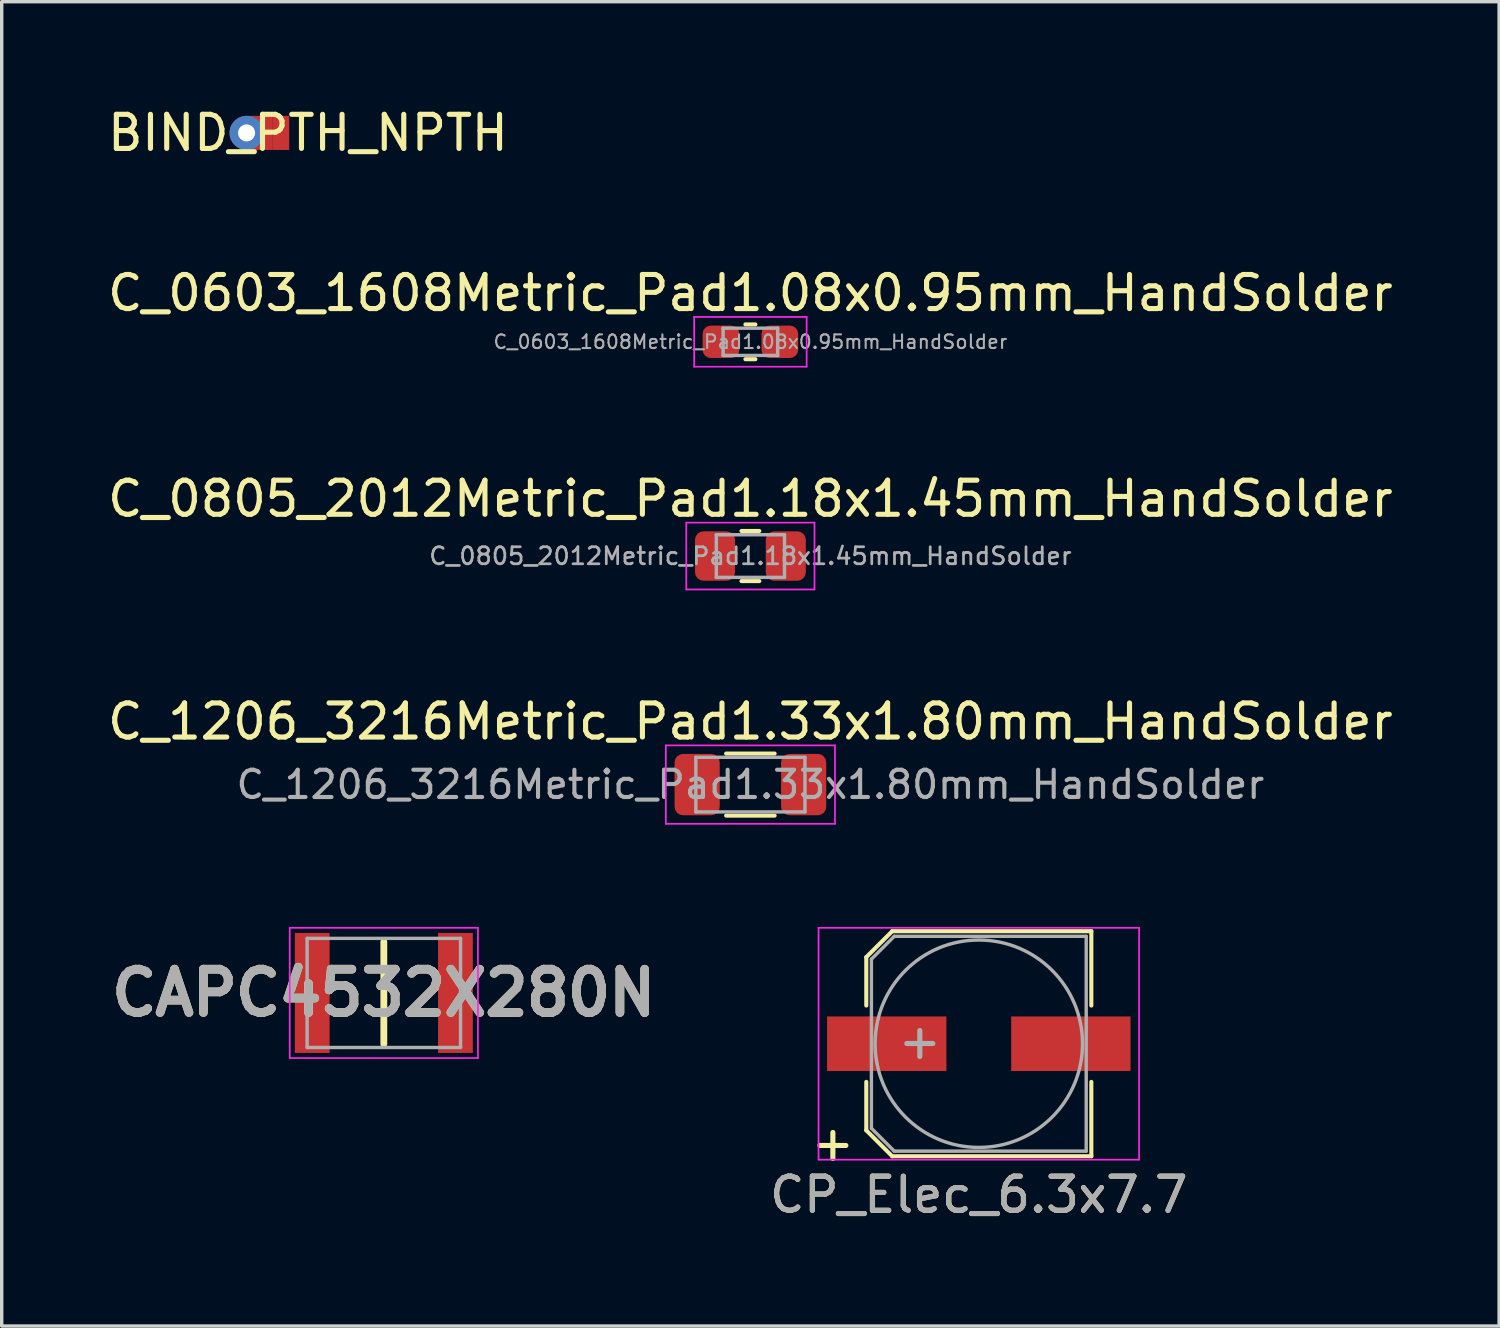
<source format=kicad_pcb>
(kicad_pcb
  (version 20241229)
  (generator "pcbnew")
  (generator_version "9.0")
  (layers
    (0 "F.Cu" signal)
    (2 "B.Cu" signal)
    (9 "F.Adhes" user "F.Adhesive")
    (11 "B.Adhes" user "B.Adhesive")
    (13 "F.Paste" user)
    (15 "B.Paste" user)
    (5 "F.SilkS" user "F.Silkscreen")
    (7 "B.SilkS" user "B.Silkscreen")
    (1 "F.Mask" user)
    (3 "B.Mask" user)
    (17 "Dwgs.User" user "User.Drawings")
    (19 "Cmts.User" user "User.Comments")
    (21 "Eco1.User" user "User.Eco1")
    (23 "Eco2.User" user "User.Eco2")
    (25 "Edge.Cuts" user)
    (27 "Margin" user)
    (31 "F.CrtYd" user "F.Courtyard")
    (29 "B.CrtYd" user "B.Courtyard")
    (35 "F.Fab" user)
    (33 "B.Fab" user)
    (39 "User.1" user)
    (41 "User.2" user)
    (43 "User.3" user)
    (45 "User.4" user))
  (footprint "BIND_PTH_NPTH"
    (layer "F.Cu")
    (at 4.682 0.848)
    (property "Reference" "BIND_PTH_NPTH" (at 1.3 0 0) (layer "F.SilkS") (effects (font (size 1 1) (thickness 0.15))))
    (attr through_hole)
    (fp_poly (pts (xy 0.25 0.5) (xy -0.5 0.5) (xy -0.5 -0.5) (xy 0.25 -0.5)) (stroke (width 0) (type solid)) (fill yes) (layer "F.Cu"))
    (pad "1" thru_hole circle (at -0.5 0) (size 1 1) (drill 0.5) (layers "*.Cu"))
    (pad "2" smd rect (at 0.5 0) (size 0.5 1) (layers "F.Cu")))
  (footprint "CAPC4532X280N"
    (layer "F.Cu")
    (at 8.207 26.071)
    (property "Reference" "CAPC4532X280N" (at 0 0 0) (layer "F.SilkS") (effects (font (size 1.27 1.27) (thickness 0.254))))
    (attr smd)
    (fp_line (start 0 -1.5) (end 0 1.5) (stroke (width 0.2) (type solid)) (layer "F.SilkS"))
    (fp_line (start -2.76 -1.91) (end 2.76 -1.91) (stroke (width 0.05) (type solid)) (layer "F.CrtYd"))
    (fp_line (start -2.76 1.91) (end -2.76 -1.91) (stroke (width 0.05) (type solid)) (layer "F.CrtYd"))
    (fp_line (start 2.76 -1.91) (end 2.76 1.91) (stroke (width 0.05) (type solid)) (layer "F.CrtYd"))
    (fp_line (start 2.76 1.91) (end -2.76 1.91) (stroke (width 0.05) (type solid)) (layer "F.CrtYd"))
    (fp_line (start -2.25 -1.6) (end 2.25 -1.6) (stroke (width 0.1) (type solid)) (layer "F.Fab"))
    (fp_line (start -2.25 1.6) (end -2.25 -1.6) (stroke (width 0.1) (type solid)) (layer "F.Fab"))
    (fp_line (start 2.25 -1.6) (end 2.25 1.6) (stroke (width 0.1) (type solid)) (layer "F.Fab"))
    (fp_line (start 2.25 1.6) (end -2.25 1.6) (stroke (width 0.1) (type solid)) (layer "F.Fab"))
    (fp_text user "${REFERENCE}" (at 0 0 0) (layer "F.Fab") (effects (font (size 1.27 1.27) (thickness 0.254))))
    (pad "1" smd rect (at -2.1 0) (size 1.02 3.52) (layers "F.Cu" "F.Mask" "F.Paste"))
    (pad "2" smd rect (at 2.1 0) (size 1.02 3.52) (layers "F.Cu" "F.Mask" "F.Paste")))
  (footprint "C_0805_2012Metric_Pad1.18x1.45mm_HandSolder"
    (layer "F.Cu")
    (at 18.958 13.258)
    (property "Reference" "C_0805_2012Metric_Pad1.18x1.45mm_HandSolder" (at 0 -1.68 0) (layer "F.SilkS") (effects (font (size 1 1) (thickness 0.15))))
    (attr smd)
    (fp_line (start -0.261 -0.735) (end 0.261 -0.735) (stroke (width 0.12) (type solid)) (layer "F.SilkS"))
    (fp_line (start -0.261 0.735) (end 0.261 0.735) (stroke (width 0.12) (type solid)) (layer "F.SilkS"))
    (fp_line (start -1.88 -0.98) (end 1.88 -0.98) (stroke (width 0.05) (type solid)) (layer "F.CrtYd"))
    (fp_line (start -1.88 0.98) (end -1.88 -0.98) (stroke (width 0.05) (type solid)) (layer "F.CrtYd"))
    (fp_line (start 1.88 -0.98) (end 1.88 0.98) (stroke (width 0.05) (type solid)) (layer "F.CrtYd"))
    (fp_line (start 1.88 0.98) (end -1.88 0.98) (stroke (width 0.05) (type solid)) (layer "F.CrtYd"))
    (fp_line (start -1 -0.625) (end 1 -0.625) (stroke (width 0.1) (type solid)) (layer "F.Fab"))
    (fp_line (start -1 0.625) (end -1 -0.625) (stroke (width 0.1) (type solid)) (layer "F.Fab"))
    (fp_line (start 1 -0.625) (end 1 0.625) (stroke (width 0.1) (type solid)) (layer "F.Fab"))
    (fp_line (start 1 0.625) (end -1 0.625) (stroke (width 0.1) (type solid)) (layer "F.Fab"))
    (fp_text user "${REFERENCE}" (at 0 0 0) (layer "F.Fab") (effects (font (size 0.5 0.5) (thickness 0.08))))
    (pad "1" smd roundrect (at -1.038 0) (size 1.175 1.45) (layers "F.Cu" "F.Mask" "F.Paste") (roundrect_rratio 0.213))
    (pad "2" smd roundrect (at 1.038 0) (size 1.175 1.45) (layers "F.Cu" "F.Mask" "F.Paste") (roundrect_rratio 0.213)))
  (footprint "CP_Elec_6.3x7.7"
    (layer "F.Cu")
    (at 25.657 27.561)
    (property "Reference" "CP_Elec_6.3x7.7" (at 0 4.43 180) (layer "F.SilkS") (effects (font (size 1 1) (thickness 0.15))))
    (attr smd)
    (fp_line (start -3.3 -2.54) (end -3.3 -1.12) (stroke (width 0.12) (type solid)) (layer "F.SilkS"))
    (fp_line (start -3.3 -2.54) (end -2.54 -3.3) (stroke (width 0.12) (type solid)) (layer "F.SilkS"))
    (fp_line (start -3.3 2.54) (end -3.3 1.12) (stroke (width 0.12) (type solid)) (layer "F.SilkS"))
    (fp_line (start -2.54 -3.3) (end 3.3 -3.3) (stroke (width 0.12) (type solid)) (layer "F.SilkS"))
    (fp_line (start -2.54 3.3) (end -3.3 2.54) (stroke (width 0.12) (type solid)) (layer "F.SilkS"))
    (fp_line (start 3.3 -3.3) (end 3.3 -1.12) (stroke (width 0.12) (type solid)) (layer "F.SilkS"))
    (fp_line (start 3.3 3.3) (end -2.54 3.3) (stroke (width 0.12) (type solid)) (layer "F.SilkS"))
    (fp_line (start 3.3 3.3) (end 3.3 1.12) (stroke (width 0.12) (type solid)) (layer "F.SilkS"))
    (fp_line (start -4.7 -3.4) (end -4.7 3.4) (stroke (width 0.05) (type solid)) (layer "F.CrtYd"))
    (fp_line (start -4.7 -3.4) (end 4.7 -3.4) (stroke (width 0.05) (type solid)) (layer "F.CrtYd"))
    (fp_line (start 4.7 3.4) (end -4.7 3.4) (stroke (width 0.05) (type solid)) (layer "F.CrtYd"))
    (fp_line (start 4.7 3.4) (end 4.7 -3.4) (stroke (width 0.05) (type solid)) (layer "F.CrtYd"))
    (fp_line (start -3.15 -2.48) (end -3.15 2.48) (stroke (width 0.1) (type solid)) (layer "F.Fab"))
    (fp_line (start -3.15 2.48) (end -2.48 3.15) (stroke (width 0.1) (type solid)) (layer "F.Fab"))
    (fp_line (start -2.48 -3.15) (end -3.15 -2.48) (stroke (width 0.1) (type solid)) (layer "F.Fab"))
    (fp_line (start -2.48 3.15) (end 3.15 3.15) (stroke (width 0.1) (type solid)) (layer "F.Fab"))
    (fp_line (start 3.15 -3.15) (end -2.48 -3.15) (stroke (width 0.1) (type solid)) (layer "F.Fab"))
    (fp_line (start 3.15 3.15) (end 3.15 -3.15) (stroke (width 0.1) (type solid)) (layer "F.Fab"))
    (fp_circle (center 0 0) (end 0.5 3) (stroke (width 0.1) (type solid)) (fill no) (layer "F.Fab"))
    (fp_text user "+" (at -4.28 2.91 180) (layer "F.SilkS") (effects (font (size 1 1) (thickness 0.15))))
    (fp_text user "${REFERENCE}" (at 0 4.43 180) (layer "F.Fab") (effects (font (size 1 1) (thickness 0.15))))
    (fp_text user "+" (at -1.73 -0.08 180) (layer "F.Fab") (effects (font (size 1 1) (thickness 0.15))))
    (pad "1" smd rect (at -2.7 0 180) (size 3.5 1.6) (layers "F.Cu" "F.Mask" "F.Paste"))
    (pad "2" smd rect (at 2.7 0 180) (size 3.5 1.6) (layers "F.Cu" "F.Mask" "F.Paste")))
  (footprint "C_1206_3216Metric_Pad1.33x1.80mm_HandSolder"
    (layer "F.Cu")
    (at 18.958 19.961)
    (property "Reference" "C_1206_3216Metric_Pad1.33x1.80mm_HandSolder" (at 0 -1.85 180) (layer "F.SilkS") (effects (font (size 1 1) (thickness 0.15))))
    (attr smd)
    (fp_line (start -0.711 -0.91) (end 0.711 -0.91) (stroke (width 0.12) (type solid)) (layer "F.SilkS"))
    (fp_line (start -0.711 0.91) (end 0.711 0.91) (stroke (width 0.12) (type solid)) (layer "F.SilkS"))
    (fp_line (start -2.48 -1.15) (end 2.48 -1.15) (stroke (width 0.05) (type solid)) (layer "F.CrtYd"))
    (fp_line (start -2.48 1.15) (end -2.48 -1.15) (stroke (width 0.05) (type solid)) (layer "F.CrtYd"))
    (fp_line (start 2.48 -1.15) (end 2.48 1.15) (stroke (width 0.05) (type solid)) (layer "F.CrtYd"))
    (fp_line (start 2.48 1.15) (end -2.48 1.15) (stroke (width 0.05) (type solid)) (layer "F.CrtYd"))
    (fp_line (start -1.6 -0.8) (end 1.6 -0.8) (stroke (width 0.1) (type solid)) (layer "F.Fab"))
    (fp_line (start -1.6 0.8) (end -1.6 -0.8) (stroke (width 0.1) (type solid)) (layer "F.Fab"))
    (fp_line (start 1.6 -0.8) (end 1.6 0.8) (stroke (width 0.1) (type solid)) (layer "F.Fab"))
    (fp_line (start 1.6 0.8) (end -1.6 0.8) (stroke (width 0.1) (type solid)) (layer "F.Fab"))
    (fp_text user "${REFERENCE}" (at 0 0 180) (layer "F.Fab") (effects (font (size 0.8 0.8) (thickness 0.12))))
    (pad "1" smd roundrect (at -1.562 0) (size 1.325 1.8) (layers "F.Cu" "F.Mask" "F.Paste") (roundrect_rratio 0.189))
    (pad "2" smd roundrect (at 1.562 0) (size 1.325 1.8) (layers "F.Cu" "F.Mask" "F.Paste") (roundrect_rratio 0.189)))
  (footprint "C_0603_1608Metric_Pad1.08x0.95mm_HandSolder"
    (layer "F.Cu")
    (at 18.958 6.975)
    (property "Reference" "C_0603_1608Metric_Pad1.08x0.95mm_HandSolder" (at 0 -1.43 0) (layer "F.SilkS") (effects (font (size 1 1) (thickness 0.15))))
    (attr smd)
    (fp_line (start -0.146 -0.51) (end 0.146 -0.51) (stroke (width 0.12) (type solid)) (layer "F.SilkS"))
    (fp_line (start -0.146 0.51) (end 0.146 0.51) (stroke (width 0.12) (type solid)) (layer "F.SilkS"))
    (fp_line (start -1.65 -0.73) (end 1.65 -0.73) (stroke (width 0.05) (type solid)) (layer "F.CrtYd"))
    (fp_line (start -1.65 0.73) (end -1.65 -0.73) (stroke (width 0.05) (type solid)) (layer "F.CrtYd"))
    (fp_line (start 1.65 -0.73) (end 1.65 0.73) (stroke (width 0.05) (type solid)) (layer "F.CrtYd"))
    (fp_line (start 1.65 0.73) (end -1.65 0.73) (stroke (width 0.05) (type solid)) (layer "F.CrtYd"))
    (fp_line (start -0.8 -0.4) (end 0.8 -0.4) (stroke (width 0.1) (type solid)) (layer "F.Fab"))
    (fp_line (start -0.8 0.4) (end -0.8 -0.4) (stroke (width 0.1) (type solid)) (layer "F.Fab"))
    (fp_line (start 0.8 -0.4) (end 0.8 0.4) (stroke (width 0.1) (type solid)) (layer "F.Fab"))
    (fp_line (start 0.8 0.4) (end -0.8 0.4) (stroke (width 0.1) (type solid)) (layer "F.Fab"))
    (fp_text user "${REFERENCE}" (at 0 0 0) (layer "F.Fab") (effects (font (size 0.4 0.4) (thickness 0.06))))
    (pad "1" smd roundrect (at -0.863 0) (size 1.075 0.95) (layers "F.Cu" "F.Mask" "F.Paste") (roundrect_rratio 0.25))
    (pad "2" smd roundrect (at 0.863 0) (size 1.075 0.95) (layers "F.Cu" "F.Mask" "F.Paste") (roundrect_rratio 0.25)))
  (gr_rect
    (start -3 -3)
    (end 40.917 35.84)
    (stroke (width 0.1) (type default))
    (fill no)
    (layer "Edge.Cuts")))
</source>
